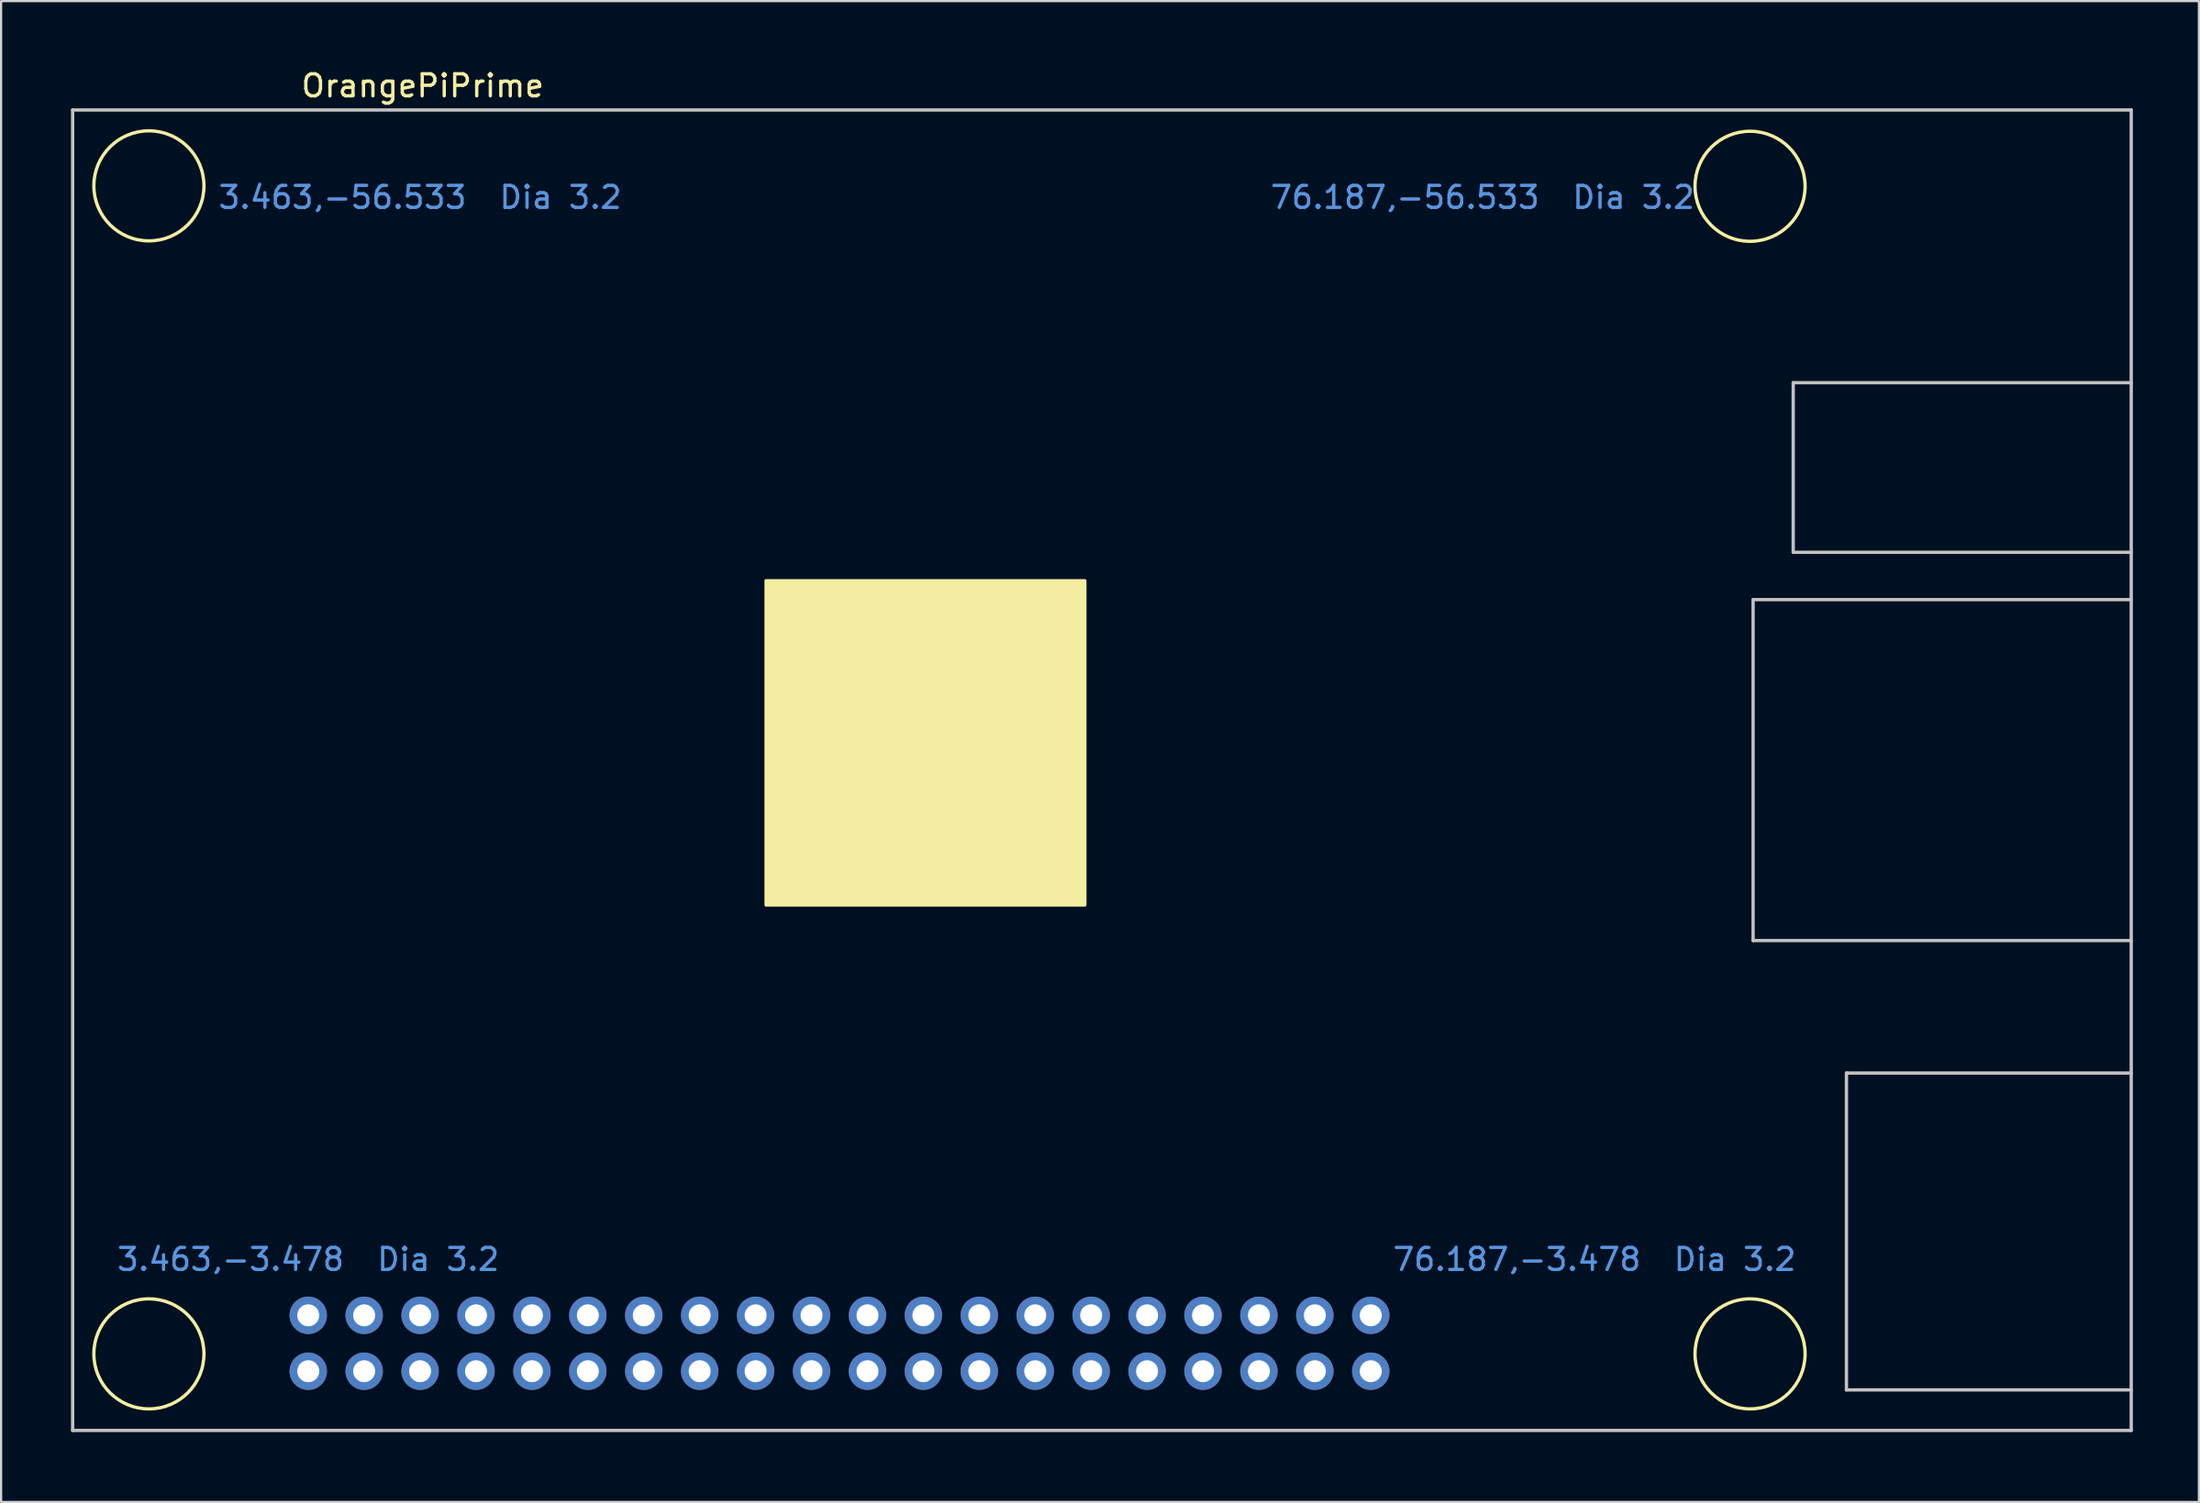
<source format=kicad_pcb>
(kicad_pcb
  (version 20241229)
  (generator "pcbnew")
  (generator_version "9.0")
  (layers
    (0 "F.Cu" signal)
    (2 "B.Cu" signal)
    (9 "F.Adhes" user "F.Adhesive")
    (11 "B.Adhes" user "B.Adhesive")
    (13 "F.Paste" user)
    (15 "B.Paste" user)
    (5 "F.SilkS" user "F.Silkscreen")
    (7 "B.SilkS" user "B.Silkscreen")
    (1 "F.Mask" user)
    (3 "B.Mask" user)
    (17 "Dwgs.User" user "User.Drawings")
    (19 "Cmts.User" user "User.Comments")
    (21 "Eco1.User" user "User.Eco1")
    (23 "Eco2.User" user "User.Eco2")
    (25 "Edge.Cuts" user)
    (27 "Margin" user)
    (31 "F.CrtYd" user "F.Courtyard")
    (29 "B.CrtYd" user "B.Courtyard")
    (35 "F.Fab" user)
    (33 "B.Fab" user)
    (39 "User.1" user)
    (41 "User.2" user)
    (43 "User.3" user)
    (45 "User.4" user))
  (footprint "OrangePiPrime"
    (layer "F.Cu")
    (at 0.25 61.948)
    (property "Reference" "OrangePiPrime" (at 15.9 -61.1 0) (layer "F.SilkS") (effects (font (size 1 1) (thickness 0.15))))
    (attr through_hole)
    (fp_circle (center 3.463 -56.553) (end 3.463 -59.053) (stroke (width 0.15) (type solid)) (fill no) (layer "F.SilkS"))
    (fp_circle (center 3.463 -3.478) (end 5.963 -3.478) (stroke (width 0.15) (type solid)) (fill no) (layer "F.SilkS"))
    (fp_circle (center 76.187 -56.533) (end 76.187 -59.033) (stroke (width 0.15) (type solid)) (fill no) (layer "F.SilkS"))
    (fp_circle (center 76.187 -3.478) (end 78.687 -3.478) (stroke (width 0.15) (type solid)) (fill no) (layer "F.SilkS"))
    (fp_poly (pts (xy 31.496 -23.876) (xy 45.974 -23.876) (xy 45.974 -38.608) (xy 31.496 -38.608)) (stroke (width 0.15) (type solid)) (fill yes) (layer "F.SilkS"))
    (fp_line (start 0 -60) (end 93.5 -60) (stroke (width 0.15) (type solid)) (layer "Dwgs.User"))
    (fp_line (start 0 0) (end 0 -60) (stroke (width 0.15) (type solid)) (layer "Dwgs.User"))
    (fp_line (start 0 0) (end 93.5 0) (stroke (width 0.15) (type solid)) (layer "Dwgs.User"))
    (fp_line (start 76.326 -37.752) (end 76.326 -22.258) (stroke (width 0.15) (type solid)) (layer "Dwgs.User"))
    (fp_line (start 76.326 -22.258) (end 93.5 -22.258) (stroke (width 0.15) (type solid)) (layer "Dwgs.User"))
    (fp_line (start 78.148 -47.609) (end 93.5 -47.609) (stroke (width 0.15) (type solid)) (layer "Dwgs.User"))
    (fp_line (start 78.148 -39.901) (end 78.148 -47.609) (stroke (width 0.15) (type solid)) (layer "Dwgs.User"))
    (fp_line (start 80.565 -16.24) (end 80.565 -1.84) (stroke (width 0.15) (type solid)) (layer "Dwgs.User"))
    (fp_line (start 80.565 -16.24) (end 93.5 -16.24) (stroke (width 0.15) (type solid)) (layer "Dwgs.User"))
    (fp_line (start 80.565 -1.84) (end 93.5 -1.84) (stroke (width 0.15) (type solid)) (layer "Dwgs.User"))
    (fp_line (start 93.5 -60) (end 93.5 0) (stroke (width 0.15) (type solid)) (layer "Dwgs.User"))
    (fp_line (start 93.5 -39.901) (end 78.148 -39.901) (stroke (width 0.15) (type solid)) (layer "Dwgs.User"))
    (fp_line (start 93.5 -37.752) (end 76.326 -37.752) (stroke (width 0.15) (type solid)) (layer "Dwgs.User"))
    (fp_text user "76.187,-3.478  Dia 3.2" (at 69.12 -7.77 0) (layer "Cmts.User") (effects (font (size 1 1) (thickness 0.15))))
    (fp_text user "76.187,-56.533  Dia 3.2" (at 64.04 -56.03 0) (layer "Cmts.User") (effects (font (size 1 1) (thickness 0.15))))
    (fp_text user "3.463,-3.478  Dia 3.2" (at 10.7 -7.77 0) (layer "Cmts.User") (effects (font (size 1 1) (thickness 0.15))))
    (fp_text user "3.463,-56.533  Dia 3.2" (at 15.78 -56.03 0) (layer "Cmts.User") (effects (font (size 1 1) (thickness 0.15))))
    (pad "1" thru_hole circle (at 10.701 -2.69) (size 1.7 1.7) (drill 1) (layers "*.Cu" "*.Mask"))
    (pad "2" thru_hole circle (at 10.7 -5.23) (size 1.7 1.7) (drill 1) (layers "*.Cu" "*.Mask"))
    (pad "3" thru_hole circle (at 13.24 -2.69) (size 1.7 1.7) (drill 1) (layers "*.Cu" "*.Mask"))
    (pad "4" thru_hole circle (at 13.24 -5.23) (size 1.7 1.7) (drill 1) (layers "*.Cu" "*.Mask"))
    (pad "5" thru_hole circle (at 15.78 -2.69) (size 1.7 1.7) (drill 1) (layers "*.Cu" "*.Mask"))
    (pad "6" thru_hole circle (at 15.78 -5.23) (size 1.7 1.7) (drill 1) (layers "*.Cu" "*.Mask"))
    (pad "7" thru_hole circle (at 18.32 -2.69) (size 1.7 1.7) (drill 1) (layers "*.Cu" "*.Mask"))
    (pad "8" thru_hole circle (at 18.32 -5.23) (size 1.7 1.7) (drill 1) (layers "*.Cu" "*.Mask"))
    (pad "9" thru_hole circle (at 20.86 -2.69) (size 1.7 1.7) (drill 1) (layers "*.Cu" "*.Mask"))
    (pad "10" thru_hole circle (at 20.86 -5.23) (size 1.7 1.7) (drill 1) (layers "*.Cu" "*.Mask"))
    (pad "11" thru_hole circle (at 23.4 -2.69) (size 1.7 1.7) (drill 1) (layers "*.Cu" "*.Mask"))
    (pad "12" thru_hole circle (at 23.4 -5.23) (size 1.7 1.7) (drill 1) (layers "*.Cu" "*.Mask"))
    (pad "13" thru_hole circle (at 25.94 -2.69) (size 1.7 1.7) (drill 1) (layers "*.Cu" "*.Mask"))
    (pad "14" thru_hole circle (at 25.94 -5.23) (size 1.7 1.7) (drill 1) (layers "*.Cu" "*.Mask"))
    (pad "15" thru_hole circle (at 28.48 -2.69) (size 1.7 1.7) (drill 1) (layers "*.Cu" "*.Mask"))
    (pad "16" thru_hole circle (at 28.48 -5.23) (size 1.7 1.7) (drill 1) (layers "*.Cu" "*.Mask"))
    (pad "17" thru_hole circle (at 31.02 -2.69) (size 1.7 1.7) (drill 1) (layers "*.Cu" "*.Mask"))
    (pad "18" thru_hole circle (at 31.02 -5.23) (size 1.7 1.7) (drill 1) (layers "*.Cu" "*.Mask"))
    (pad "19" thru_hole circle (at 33.56 -2.69) (size 1.7 1.7) (drill 1) (layers "*.Cu" "*.Mask"))
    (pad "20" thru_hole circle (at 33.56 -5.23) (size 1.7 1.7) (drill 1) (layers "*.Cu" "*.Mask"))
    (pad "21" thru_hole circle (at 36.1 -2.69) (size 1.7 1.7) (drill 1) (layers "*.Cu" "*.Mask"))
    (pad "22" thru_hole circle (at 36.1 -5.23) (size 1.7 1.7) (drill 1) (layers "*.Cu" "*.Mask"))
    (pad "23" thru_hole circle (at 38.64 -2.69) (size 1.7 1.7) (drill 1) (layers "*.Cu" "*.Mask"))
    (pad "24" thru_hole circle (at 38.64 -5.23) (size 1.7 1.7) (drill 1) (layers "*.Cu" "*.Mask"))
    (pad "25" thru_hole circle (at 41.18 -2.69) (size 1.7 1.7) (drill 1) (layers "*.Cu" "*.Mask"))
    (pad "26" thru_hole circle (at 41.18 -5.23) (size 1.7 1.7) (drill 1) (layers "*.Cu" "*.Mask"))
    (pad "27" thru_hole circle (at 43.72 -2.69) (size 1.7 1.7) (drill 1) (layers "*.Cu" "*.Mask"))
    (pad "28" thru_hole circle (at 43.72 -5.23) (size 1.7 1.7) (drill 1) (layers "*.Cu" "*.Mask"))
    (pad "29" thru_hole circle (at 46.26 -2.69) (size 1.7 1.7) (drill 1) (layers "*.Cu" "*.Mask"))
    (pad "30" thru_hole circle (at 46.26 -5.23) (size 1.7 1.7) (drill 1) (layers "*.Cu" "*.Mask"))
    (pad "31" thru_hole circle (at 48.8 -2.69) (size 1.7 1.7) (drill 1) (layers "*.Cu" "*.Mask"))
    (pad "32" thru_hole circle (at 48.8 -5.23) (size 1.7 1.7) (drill 1) (layers "*.Cu" "*.Mask"))
    (pad "33" thru_hole circle (at 51.34 -2.69) (size 1.7 1.7) (drill 1) (layers "*.Cu" "*.Mask"))
    (pad "34" thru_hole circle (at 51.34 -5.23) (size 1.7 1.7) (drill 1) (layers "*.Cu" "*.Mask"))
    (pad "35" thru_hole circle (at 53.88 -2.69) (size 1.7 1.7) (drill 1) (layers "*.Cu" "*.Mask"))
    (pad "36" thru_hole circle (at 53.88 -5.23) (size 1.7 1.7) (drill 1) (layers "*.Cu" "*.Mask"))
    (pad "37" thru_hole circle (at 56.42 -2.69) (size 1.7 1.7) (drill 1) (layers "*.Cu" "*.Mask"))
    (pad "38" thru_hole circle (at 56.42 -5.23) (size 1.7 1.7) (drill 1) (layers "*.Cu" "*.Mask"))
    (pad "39" thru_hole circle (at 58.96 -2.69) (size 1.7 1.7) (drill 1) (layers "*.Cu" "*.Mask"))
    (pad "40" thru_hole circle (at 58.96 -5.23) (size 1.7 1.7) (drill 1) (layers "*.Cu" "*.Mask")))
  (gr_rect
    (start -3 -3)
    (end 96.825 65.198)
    (stroke (width 0.1) (type default))
    (fill no)
    (layer "Edge.Cuts")))
</source>
